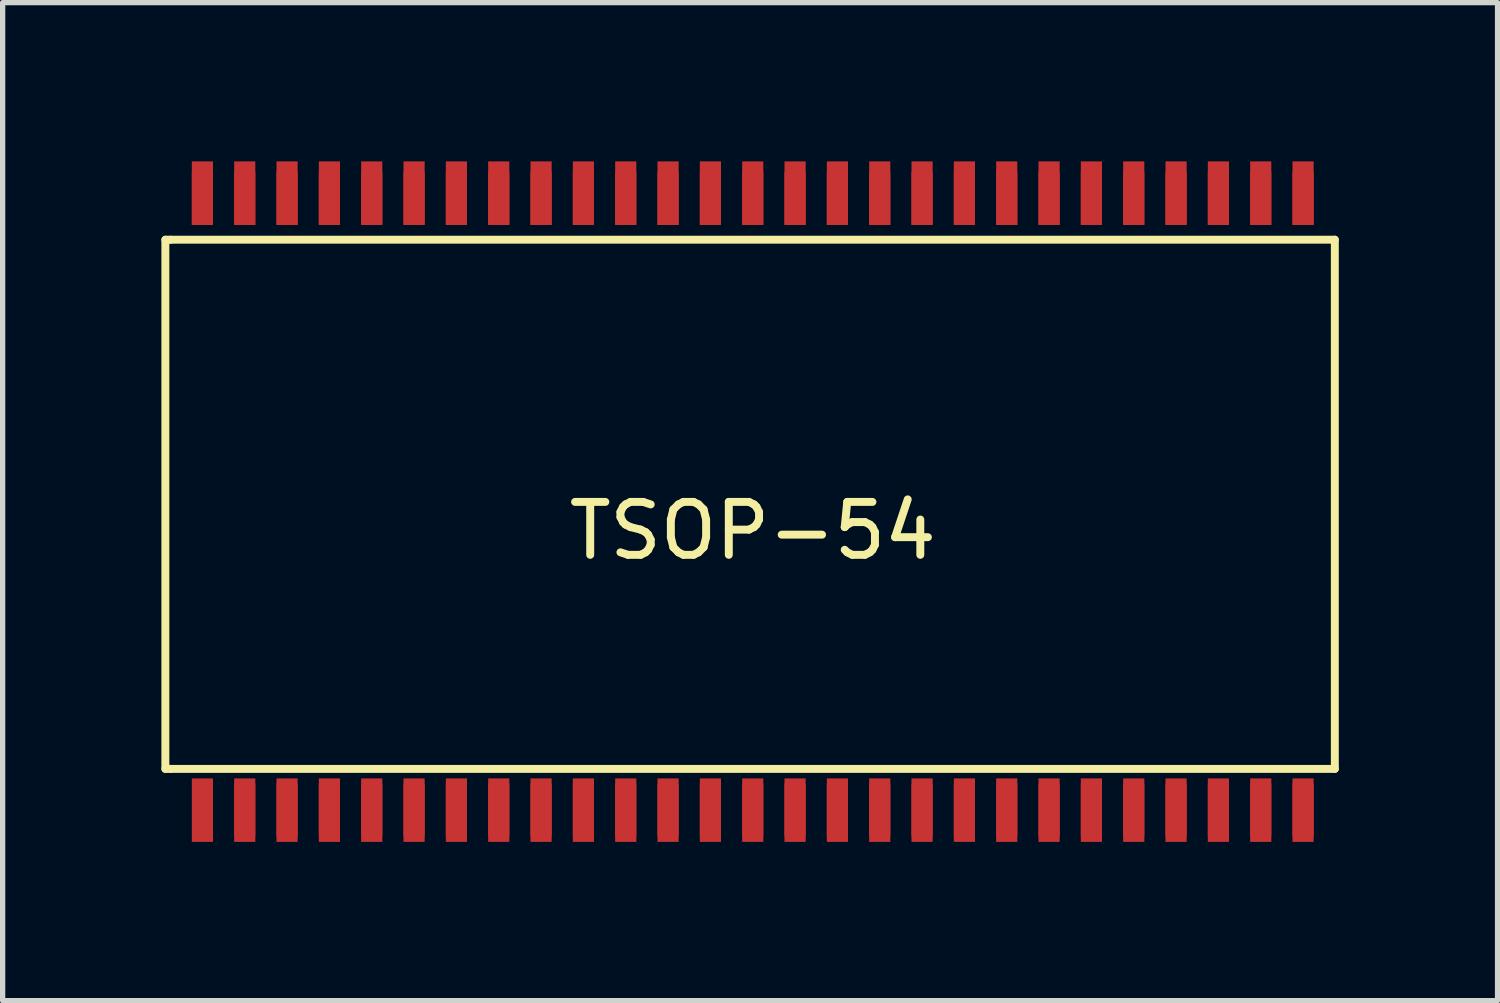
<source format=kicad_pcb>
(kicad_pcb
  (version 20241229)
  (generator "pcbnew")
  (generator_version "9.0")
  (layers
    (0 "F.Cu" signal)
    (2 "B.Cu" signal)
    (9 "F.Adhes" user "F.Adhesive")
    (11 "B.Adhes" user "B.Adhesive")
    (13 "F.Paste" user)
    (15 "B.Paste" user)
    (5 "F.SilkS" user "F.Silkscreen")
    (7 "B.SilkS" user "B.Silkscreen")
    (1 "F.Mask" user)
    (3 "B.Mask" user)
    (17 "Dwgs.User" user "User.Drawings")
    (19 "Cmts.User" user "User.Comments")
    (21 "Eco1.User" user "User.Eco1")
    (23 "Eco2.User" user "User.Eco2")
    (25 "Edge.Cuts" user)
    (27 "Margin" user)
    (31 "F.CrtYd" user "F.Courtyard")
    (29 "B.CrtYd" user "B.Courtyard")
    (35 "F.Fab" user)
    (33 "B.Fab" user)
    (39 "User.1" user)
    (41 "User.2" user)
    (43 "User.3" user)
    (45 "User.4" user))
  (footprint "TSOP-54"
    (layer "F.Cu")
    (at 11.175 6.48)
    (property "Reference" "TSOP-54" (at 0 0.5 0) (layer "F.SilkS") (effects (font (size 1 1) (thickness 0.15))))
    (attr through_hole)
    (fp_line (start -11.1 -5) (end -11 -5) (stroke (width 0.15) (type solid)) (layer "F.SilkS"))
    (fp_line (start -11.1 5) (end -11.1 -5) (stroke (width 0.15) (type solid)) (layer "F.SilkS"))
    (fp_line (start -11 5) (end -11.1 5) (stroke (width 0.15) (type solid)) (layer "F.SilkS"))
    (fp_line (start -11 5) (end 11 5) (stroke (width 0.15) (type solid)) (layer "F.SilkS"))
    (fp_line (start 11 -5) (end -11 -5) (stroke (width 0.15) (type solid)) (layer "F.SilkS"))
    (fp_line (start 11 5) (end 11 -5) (stroke (width 0.15) (type solid)) (layer "F.SilkS"))
    (pad "1" smd rect (at -10.4 5.78) (size 0.4 1.2) (layers "F.Cu" "F.Mask" "F.Paste"))
    (pad "2" smd rect (at -9.6 5.78) (size 0.4 1) (layers "F.Cu" "F.Mask" "F.Paste"))
    (pad "2" smd rect (at -9.6 5.78) (size 0.4 1.2) (layers "F.Cu" "F.Mask" "F.Paste"))
    (pad "3" smd rect (at -8.8 5.78) (size 0.4 1) (layers "F.Cu" "F.Mask" "F.Paste"))
    (pad "3" smd rect (at -8.8 5.78) (size 0.4 1.2) (layers "F.Cu" "F.Mask" "F.Paste"))
    (pad "4" smd rect (at -8 5.78) (size 0.4 1) (layers "F.Cu" "F.Mask" "F.Paste"))
    (pad "4" smd rect (at -8 5.78) (size 0.4 1.2) (layers "F.Cu" "F.Mask" "F.Paste"))
    (pad "5" smd rect (at -7.2 5.78) (size 0.4 1) (layers "F.Cu" "F.Mask" "F.Paste"))
    (pad "5" smd rect (at -7.2 5.78) (size 0.4 1.2) (layers "F.Cu" "F.Mask" "F.Paste"))
    (pad "6" smd rect (at -6.4 5.78) (size 0.4 1) (layers "F.Cu" "F.Mask" "F.Paste"))
    (pad "6" smd rect (at -6.4 5.78) (size 0.4 1.2) (layers "F.Cu" "F.Mask" "F.Paste"))
    (pad "7" smd rect (at -5.6 5.78) (size 0.4 1) (layers "F.Cu" "F.Mask" "F.Paste"))
    (pad "7" smd rect (at -5.6 5.78) (size 0.4 1.2) (layers "F.Cu" "F.Mask" "F.Paste"))
    (pad "8" smd rect (at -4.8 5.78) (size 0.4 1) (layers "F.Cu" "F.Mask" "F.Paste"))
    (pad "8" smd rect (at -4.8 5.78) (size 0.4 1.2) (layers "F.Cu" "F.Mask" "F.Paste"))
    (pad "9" smd rect (at -4 5.78) (size 0.4 1) (layers "F.Cu" "F.Mask" "F.Paste"))
    (pad "9" smd rect (at -4 5.78) (size 0.4 1.2) (layers "F.Cu" "F.Mask" "F.Paste"))
    (pad "10" smd rect (at -3.2 5.78) (size 0.4 1) (layers "F.Cu" "F.Mask" "F.Paste"))
    (pad "10" smd rect (at -3.2 5.78) (size 0.4 1.2) (layers "F.Cu" "F.Mask" "F.Paste"))
    (pad "11" smd rect (at -2.4 5.78) (size 0.4 1) (layers "F.Cu" "F.Mask" "F.Paste"))
    (pad "11" smd rect (at -2.4 5.78) (size 0.4 1.2) (layers "F.Cu" "F.Mask" "F.Paste"))
    (pad "12" smd rect (at -1.6 5.78) (size 0.4 1) (layers "F.Cu" "F.Mask" "F.Paste"))
    (pad "12" smd rect (at -1.6 5.78) (size 0.4 1.2) (layers "F.Cu" "F.Mask" "F.Paste"))
    (pad "13" smd rect (at -0.8 5.78) (size 0.4 1) (layers "F.Cu" "F.Mask" "F.Paste"))
    (pad "13" smd rect (at -0.8 5.78) (size 0.4 1.2) (layers "F.Cu" "F.Mask" "F.Paste"))
    (pad "14" smd rect (at 0 5.78) (size 0.4 1) (layers "F.Cu" "F.Mask" "F.Paste"))
    (pad "14" smd rect (at 0 5.78) (size 0.4 1.2) (layers "F.Cu" "F.Mask" "F.Paste"))
    (pad "15" smd rect (at 0.8 5.78) (size 0.4 1) (layers "F.Cu" "F.Mask" "F.Paste"))
    (pad "15" smd rect (at 0.8 5.78) (size 0.4 1.2) (layers "F.Cu" "F.Mask" "F.Paste"))
    (pad "16" smd rect (at 1.6 5.78) (size 0.4 1) (layers "F.Cu" "F.Mask" "F.Paste"))
    (pad "16" smd rect (at 1.6 5.78) (size 0.4 1.2) (layers "F.Cu" "F.Mask" "F.Paste"))
    (pad "17" smd rect (at 2.4 5.78) (size 0.4 1) (layers "F.Cu" "F.Mask" "F.Paste"))
    (pad "17" smd rect (at 2.4 5.78) (size 0.4 1.2) (layers "F.Cu" "F.Mask" "F.Paste"))
    (pad "18" smd rect (at 3.2 5.78) (size 0.4 1) (layers "F.Cu" "F.Mask" "F.Paste"))
    (pad "18" smd rect (at 3.2 5.78) (size 0.4 1.2) (layers "F.Cu" "F.Mask" "F.Paste"))
    (pad "19" smd rect (at 4 5.78) (size 0.4 1) (layers "F.Cu" "F.Mask" "F.Paste"))
    (pad "19" smd rect (at 4 5.78) (size 0.4 1.2) (layers "F.Cu" "F.Mask" "F.Paste"))
    (pad "20" smd rect (at 4.8 5.78) (size 0.4 1) (layers "F.Cu" "F.Mask" "F.Paste"))
    (pad "20" smd rect (at 4.8 5.78) (size 0.4 1.2) (layers "F.Cu" "F.Mask" "F.Paste"))
    (pad "21" smd rect (at 5.6 5.78) (size 0.4 1) (layers "F.Cu" "F.Mask" "F.Paste"))
    (pad "21" smd rect (at 5.6 5.78) (size 0.4 1.2) (layers "F.Cu" "F.Mask" "F.Paste"))
    (pad "22" smd rect (at 6.4 5.78) (size 0.4 1) (layers "F.Cu" "F.Mask" "F.Paste"))
    (pad "22" smd rect (at 6.4 5.78) (size 0.4 1.2) (layers "F.Cu" "F.Mask" "F.Paste"))
    (pad "23" smd rect (at 7.2 5.78) (size 0.4 1) (layers "F.Cu" "F.Mask" "F.Paste"))
    (pad "23" smd rect (at 7.2 5.78) (size 0.4 1.2) (layers "F.Cu" "F.Mask" "F.Paste"))
    (pad "24" smd rect (at 8 5.78) (size 0.4 1) (layers "F.Cu" "F.Mask" "F.Paste"))
    (pad "24" smd rect (at 8 5.78) (size 0.4 1.2) (layers "F.Cu" "F.Mask" "F.Paste"))
    (pad "25" smd rect (at 8.8 5.78) (size 0.4 1) (layers "F.Cu" "F.Mask" "F.Paste"))
    (pad "25" smd rect (at 8.8 5.78) (size 0.4 1.2) (layers "F.Cu" "F.Mask" "F.Paste"))
    (pad "26" smd rect (at 9.6 5.78) (size 0.4 1) (layers "F.Cu" "F.Mask" "F.Paste"))
    (pad "26" smd rect (at 9.6 5.78) (size 0.4 1.2) (layers "F.Cu" "F.Mask" "F.Paste"))
    (pad "27" smd rect (at 10.4 5.78) (size 0.4 1) (layers "F.Cu" "F.Mask" "F.Paste"))
    (pad "27" smd rect (at 10.4 5.78) (size 0.4 1.2) (layers "F.Cu" "F.Mask" "F.Paste"))
    (pad "28" smd rect (at 10.4 -5.88) (size 0.4 1.2) (layers "F.Cu" "F.Mask" "F.Paste"))
    (pad "28" smd rect (at 10.4 -5.78) (size 0.4 1) (layers "F.Cu" "F.Mask" "F.Paste"))
    (pad "29" smd rect (at 9.6 -5.88) (size 0.4 1.2) (layers "F.Cu" "F.Mask" "F.Paste"))
    (pad "29" smd rect (at 9.6 -5.78) (size 0.4 1) (layers "F.Cu" "F.Mask" "F.Paste"))
    (pad "30" smd rect (at 8.8 -5.88) (size 0.4 1.2) (layers "F.Cu" "F.Mask" "F.Paste"))
    (pad "30" smd rect (at 8.8 -5.78) (size 0.4 1) (layers "F.Cu" "F.Mask" "F.Paste"))
    (pad "31" smd rect (at 8 -5.88) (size 0.4 1.2) (layers "F.Cu" "F.Mask" "F.Paste"))
    (pad "31" smd rect (at 8 -5.78) (size 0.4 1) (layers "F.Cu" "F.Mask" "F.Paste"))
    (pad "32" smd rect (at 7.2 -5.88) (size 0.4 1.2) (layers "F.Cu" "F.Mask" "F.Paste"))
    (pad "32" smd rect (at 7.2 -5.78) (size 0.4 1) (layers "F.Cu" "F.Mask" "F.Paste"))
    (pad "33" smd rect (at 6.4 -5.88) (size 0.4 1.2) (layers "F.Cu" "F.Mask" "F.Paste"))
    (pad "33" smd rect (at 6.4 -5.78) (size 0.4 1) (layers "F.Cu" "F.Mask" "F.Paste"))
    (pad "34" smd rect (at 5.6 -5.88) (size 0.4 1.2) (layers "F.Cu" "F.Mask" "F.Paste"))
    (pad "34" smd rect (at 5.6 -5.78) (size 0.4 1) (layers "F.Cu" "F.Mask" "F.Paste"))
    (pad "35" smd rect (at 4.8 -5.88) (size 0.4 1.2) (layers "F.Cu" "F.Mask" "F.Paste"))
    (pad "35" smd rect (at 4.8 -5.78) (size 0.4 1) (layers "F.Cu" "F.Mask" "F.Paste"))
    (pad "36" smd rect (at 4 -5.88) (size 0.4 1.2) (layers "F.Cu" "F.Mask" "F.Paste"))
    (pad "36" smd rect (at 4 -5.78) (size 0.4 1) (layers "F.Cu" "F.Mask" "F.Paste"))
    (pad "37" smd rect (at 3.2 -5.88) (size 0.4 1.2) (layers "F.Cu" "F.Mask" "F.Paste"))
    (pad "37" smd rect (at 3.2 -5.78) (size 0.4 1) (layers "F.Cu" "F.Mask" "F.Paste"))
    (pad "38" smd rect (at 2.4 -5.88) (size 0.4 1.2) (layers "F.Cu" "F.Mask" "F.Paste"))
    (pad "38" smd rect (at 2.4 -5.78) (size 0.4 1) (layers "F.Cu" "F.Mask" "F.Paste"))
    (pad "39" smd rect (at 1.6 -5.88) (size 0.4 1.2) (layers "F.Cu" "F.Mask" "F.Paste"))
    (pad "39" smd rect (at 1.6 -5.78) (size 0.4 1) (layers "F.Cu" "F.Mask" "F.Paste"))
    (pad "40" smd rect (at 0.8 -5.88) (size 0.4 1.2) (layers "F.Cu" "F.Mask" "F.Paste"))
    (pad "40" smd rect (at 0.8 -5.78) (size 0.4 1) (layers "F.Cu" "F.Mask" "F.Paste"))
    (pad "41" smd rect (at 0 -5.88) (size 0.4 1.2) (layers "F.Cu" "F.Mask" "F.Paste"))
    (pad "41" smd rect (at 0 -5.78) (size 0.4 1) (layers "F.Cu" "F.Mask" "F.Paste"))
    (pad "42" smd rect (at -0.8 -5.88) (size 0.4 1.2) (layers "F.Cu" "F.Mask" "F.Paste"))
    (pad "42" smd rect (at -0.8 -5.78) (size 0.4 1) (layers "F.Cu" "F.Mask" "F.Paste"))
    (pad "43" smd rect (at -1.6 -5.88) (size 0.4 1.2) (layers "F.Cu" "F.Mask" "F.Paste"))
    (pad "43" smd rect (at -1.6 -5.78) (size 0.4 1) (layers "F.Cu" "F.Mask" "F.Paste"))
    (pad "44" smd rect (at -2.4 -5.88) (size 0.4 1.2) (layers "F.Cu" "F.Mask" "F.Paste"))
    (pad "44" smd rect (at -2.4 -5.78) (size 0.4 1) (layers "F.Cu" "F.Mask" "F.Paste"))
    (pad "45" smd rect (at -3.2 -5.88) (size 0.4 1.2) (layers "F.Cu" "F.Mask" "F.Paste"))
    (pad "45" smd rect (at -3.2 -5.78) (size 0.4 1) (layers "F.Cu" "F.Mask" "F.Paste"))
    (pad "46" smd rect (at -4 -5.88) (size 0.4 1.2) (layers "F.Cu" "F.Mask" "F.Paste"))
    (pad "46" smd rect (at -4 -5.78) (size 0.4 1) (layers "F.Cu" "F.Mask" "F.Paste"))
    (pad "47" smd rect (at -4.8 -5.88) (size 0.4 1.2) (layers "F.Cu" "F.Mask" "F.Paste"))
    (pad "47" smd rect (at -4.8 -5.78) (size 0.4 1) (layers "F.Cu" "F.Mask" "F.Paste"))
    (pad "48" smd rect (at -5.6 -5.88) (size 0.4 1.2) (layers "F.Cu" "F.Mask" "F.Paste"))
    (pad "48" smd rect (at -5.6 -5.78) (size 0.4 1) (layers "F.Cu" "F.Mask" "F.Paste"))
    (pad "49" smd rect (at -6.4 -5.88) (size 0.4 1.2) (layers "F.Cu" "F.Mask" "F.Paste"))
    (pad "49" smd rect (at -6.4 -5.78) (size 0.4 1) (layers "F.Cu" "F.Mask" "F.Paste"))
    (pad "50" smd rect (at -7.2 -5.88) (size 0.4 1.2) (layers "F.Cu" "F.Mask" "F.Paste"))
    (pad "50" smd rect (at -7.2 -5.78) (size 0.4 1) (layers "F.Cu" "F.Mask" "F.Paste"))
    (pad "51" smd rect (at -8 -5.88) (size 0.4 1.2) (layers "F.Cu" "F.Mask" "F.Paste"))
    (pad "51" smd rect (at -8 -5.78) (size 0.4 1) (layers "F.Cu" "F.Mask" "F.Paste"))
    (pad "52" smd rect (at -8.8 -5.88) (size 0.4 1.2) (layers "F.Cu" "F.Mask" "F.Paste"))
    (pad "52" smd rect (at -8.8 -5.78) (size 0.4 1) (layers "F.Cu" "F.Mask" "F.Paste"))
    (pad "53" smd rect (at -9.6 -5.88) (size 0.4 1.2) (layers "F.Cu" "F.Mask" "F.Paste"))
    (pad "53" smd rect (at -9.6 -5.78) (size 0.4 1) (layers "F.Cu" "F.Mask" "F.Paste"))
    (pad "54" smd rect (at -10.4 -5.88) (size 0.4 1.2) (layers "F.Cu" "F.Mask" "F.Paste"))
    (pad "54" smd rect (at -10.4 -5.78) (size 0.4 1) (layers "F.Cu" "F.Mask" "F.Paste")))
  (gr_rect
    (start -3 -3)
    (end 25.25 15.86)
    (stroke (width 0.1) (type default))
    (fill no)
    (layer "Edge.Cuts")))
</source>
